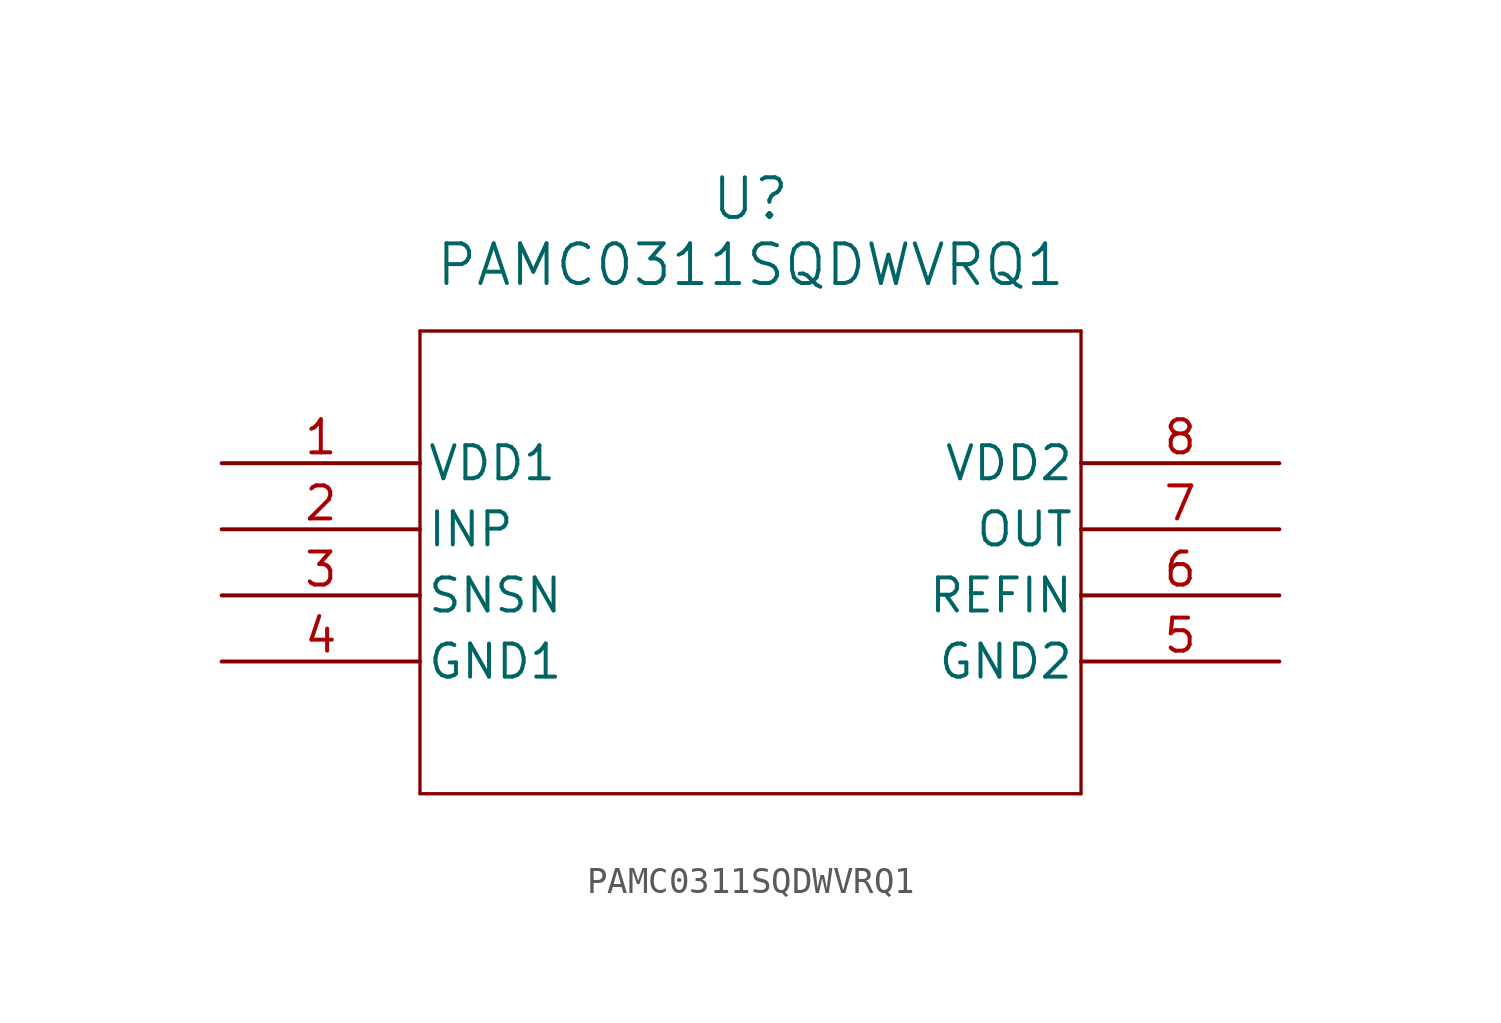
<source format=kicad_sym>
(kicad_symbol_lib
  (version 20211014)
  (generator kicad_symbol_editor)
  (symbol "PAMC0311SQDWVRQ1"
    (pin_names
      (offset 0.254))
    (property "Reference" "U"
      (at 20.32 10.16 0)
      (effects (font (size 1.524 1.524))))
    (property "Value" "PAMC0311SQDWVRQ1"
      (at 20.32 7.62 0)
      (effects (font (size 1.524 1.524))))
    (symbol "PAMC0311SQDWVRQ1_0_1"
      (polyline (pts (xy 7.62 5.08) (xy 7.62 -12.7)) (stroke (width 0.127) (type default) (color 0 0 0 0)) (fill (type none)))
      (polyline (pts (xy 7.62 -12.7) (xy 33.02 -12.7)) (stroke (width 0.127) (type default) (color 0 0 0 0)) (fill (type none)))
      (polyline (pts (xy 33.02 -12.7) (xy 33.02 5.08)) (stroke (width 0.127) (type default) (color 0 0 0 0)) (fill (type none)))
      (polyline (pts (xy 33.02 5.08) (xy 7.62 5.08)) (stroke (width 0.127) (type default) (color 0 0 0 0)) (fill (type none)))
      (pin power_in line (at 0 0 0) (length 7.62) (name "VDD1" (effects (font (size 1.27 1.27)))) (number "1" (effects (font (size 1.27 1.27)))))
      (pin input line (at 0 -2.54 0) (length 7.62) (name "INP" (effects (font (size 1.27 1.27)))) (number "2" (effects (font (size 1.27 1.27)))))
      (pin input line (at 0 -5.08 0) (length 7.62) (name "SNSN" (effects (font (size 1.27 1.27)))) (number "3" (effects (font (size 1.27 1.27)))))
      (pin power_out line (at 0 -7.62 0) (length 7.62) (name "GND1" (effects (font (size 1.27 1.27)))) (number "4" (effects (font (size 1.27 1.27)))))
      (pin power_out line (at 40.64 -7.62 180) (length 7.62) (name "GND2" (effects (font (size 1.27 1.27)))) (number "5" (effects (font (size 1.27 1.27)))))
      (pin input line (at 40.64 -5.08 180) (length 7.62) (name "REFIN" (effects (font (size 1.27 1.27)))) (number "6" (effects (font (size 1.27 1.27)))))
      (pin output line (at 40.64 -2.54 180) (length 7.62) (name "OUT" (effects (font (size 1.27 1.27)))) (number "7" (effects (font (size 1.27 1.27)))))
      (pin power_in line (at 40.64 0 180) (length 7.62) (name "VDD2" (effects (font (size 1.27 1.27)))) (number "8" (effects (font (size 1.27 1.27))))))))
</source>
